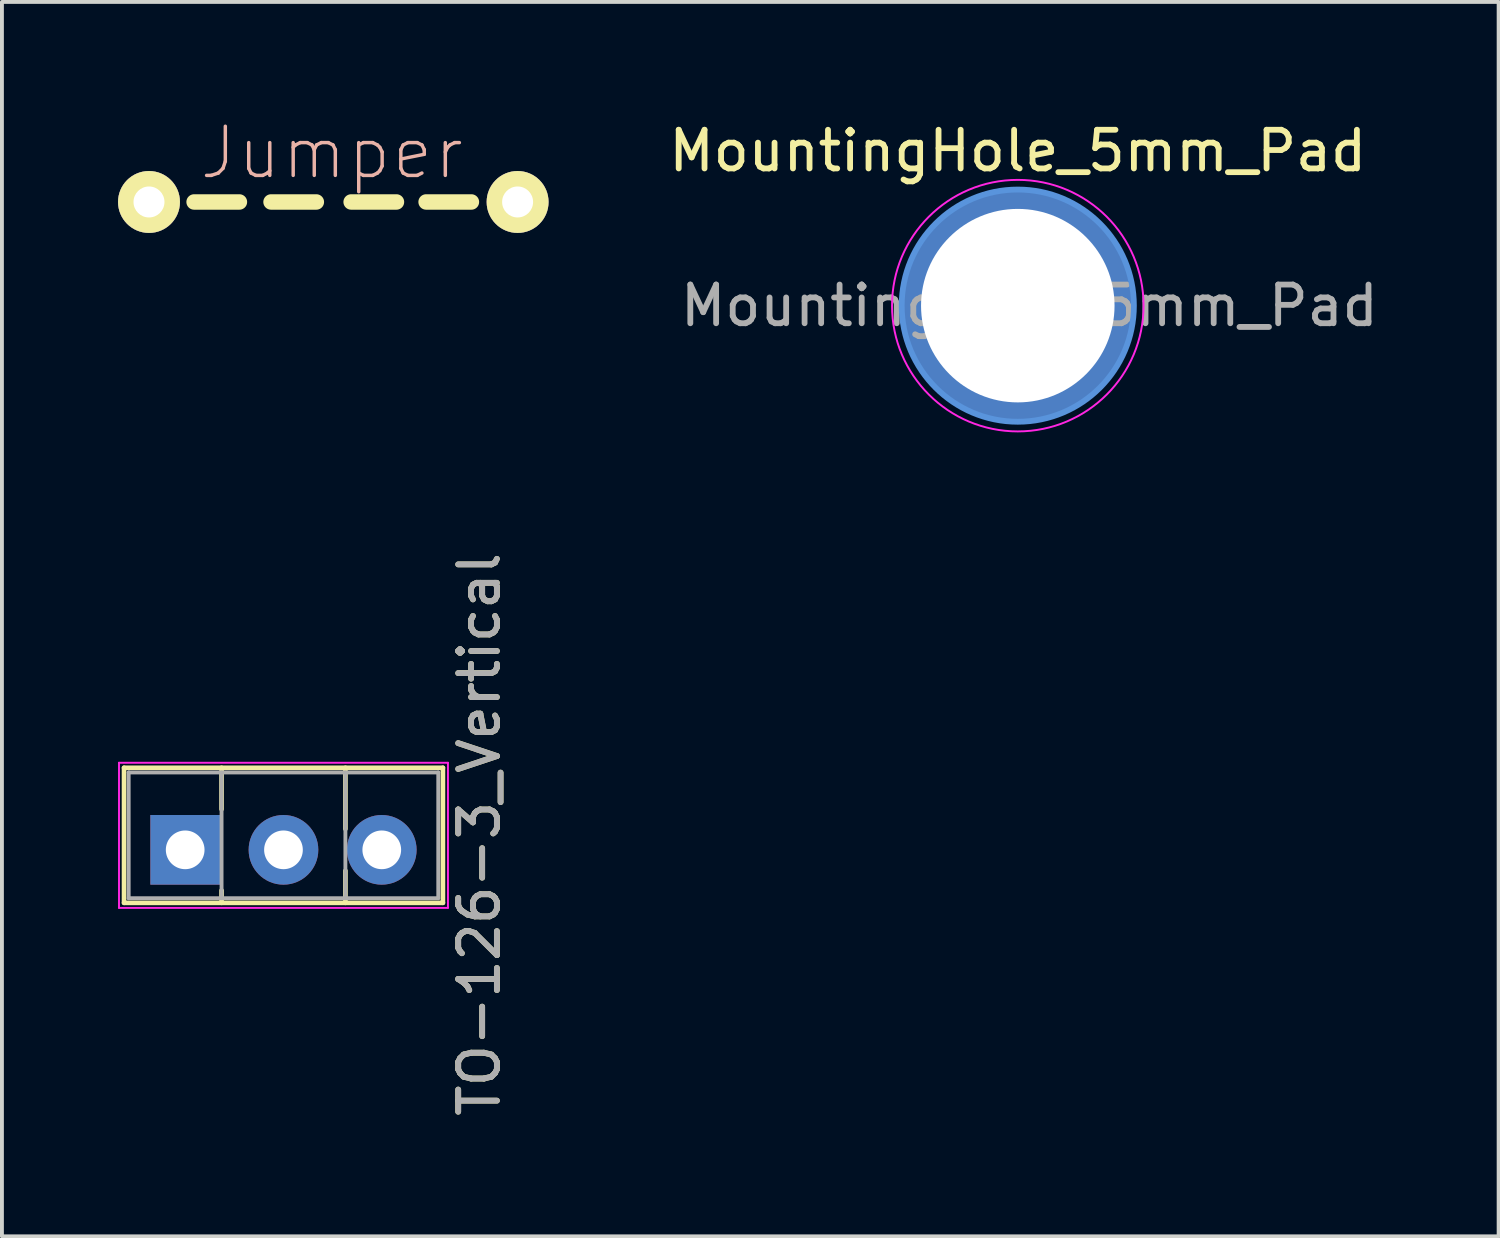
<source format=kicad_pcb>
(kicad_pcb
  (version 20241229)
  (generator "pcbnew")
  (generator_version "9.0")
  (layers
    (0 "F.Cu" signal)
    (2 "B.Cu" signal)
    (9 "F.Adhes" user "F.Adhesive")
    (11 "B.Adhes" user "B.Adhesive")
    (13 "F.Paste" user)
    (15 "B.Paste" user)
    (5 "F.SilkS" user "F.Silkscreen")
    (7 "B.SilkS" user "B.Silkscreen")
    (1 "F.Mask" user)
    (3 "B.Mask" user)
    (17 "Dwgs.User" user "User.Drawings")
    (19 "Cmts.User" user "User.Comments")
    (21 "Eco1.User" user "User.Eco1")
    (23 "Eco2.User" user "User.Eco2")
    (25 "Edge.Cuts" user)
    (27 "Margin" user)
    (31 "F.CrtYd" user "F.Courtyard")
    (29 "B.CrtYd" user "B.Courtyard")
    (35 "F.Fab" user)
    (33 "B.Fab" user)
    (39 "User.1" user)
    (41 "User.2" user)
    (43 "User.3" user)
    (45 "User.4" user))
  (footprint "Jumper"
    (layer "F.Cu")
    (at 5.524 2.169)
    (property "Reference" "Jumper" (at 0 -1.27 0) (layer "B.SilkS") (effects (font (size 1.27 1.27) (thickness 0.089))))
    (attr exclude_from_pos_files exclude_from_bom)
    (fp_line (start -3.558 0) (end -2.388 0) (stroke (width 0.4) (type solid)) (layer "F.SilkS"))
    (fp_line (start -1.57 0) (end -0.4 0) (stroke (width 0.4) (type solid)) (layer "F.SilkS"))
    (fp_line (start 0.5 0) (end 1.67 0) (stroke (width 0.4) (type solid)) (layer "F.SilkS"))
    (fp_line (start 2.437 0) (end 3.607 0) (stroke (width 0.4) (type solid)) (layer "F.SilkS"))
    (pad "1" thru_hole circle (at -4.724 0) (size 1.6 1.6) (drill 0.8) (layers "*.Cu" "F.Mask" "F.SilkS" "F.Paste"))
    (pad "2" thru_hole circle (at 4.801 0) (size 1.6 1.6) (drill 0.8) (layers "*.Cu" "F.Mask" "F.SilkS" "F.Paste")))
  (footprint "TO-126-3_Vertical"
    (layer "F.Cu")
    (at 1.735 18.91)
    (property "Reference" "TO-126-3_Vertical" (at 7.6 -0.4 90) (layer "F.SilkS") (effects (font (size 1 1) (thickness 0.15))))
    (attr through_hole)
    (fp_line (start -1.58 -2.12) (end -1.58 1.37) (stroke (width 0.12) (type solid)) (layer "F.SilkS"))
    (fp_line (start -1.58 -2.12) (end 6.66 -2.12) (stroke (width 0.12) (type solid)) (layer "F.SilkS"))
    (fp_line (start -1.58 1.37) (end 6.66 1.37) (stroke (width 0.12) (type solid)) (layer "F.SilkS"))
    (fp_line (start 0.94 -2.12) (end 0.94 -1.05) (stroke (width 0.12) (type solid)) (layer "F.SilkS"))
    (fp_line (start 0.94 1.05) (end 0.94 1.37) (stroke (width 0.12) (type solid)) (layer "F.SilkS"))
    (fp_line (start 4.141 -2.12) (end 4.141 -0.54) (stroke (width 0.12) (type solid)) (layer "F.SilkS"))
    (fp_line (start 4.141 0.54) (end 4.141 1.37) (stroke (width 0.12) (type solid)) (layer "F.SilkS"))
    (fp_line (start 6.66 -2.12) (end 6.66 1.37) (stroke (width 0.12) (type solid)) (layer "F.SilkS"))
    (fp_line (start -1.71 -2.25) (end -1.71 1.5) (stroke (width 0.05) (type solid)) (layer "F.CrtYd"))
    (fp_line (start -1.71 1.5) (end 6.79 1.5) (stroke (width 0.05) (type solid)) (layer "F.CrtYd"))
    (fp_line (start 6.79 -2.25) (end -1.71 -2.25) (stroke (width 0.05) (type solid)) (layer "F.CrtYd"))
    (fp_line (start 6.79 1.5) (end 6.79 -2.25) (stroke (width 0.05) (type solid)) (layer "F.CrtYd"))
    (fp_line (start -1.46 -2) (end -1.46 1.25) (stroke (width 0.1) (type solid)) (layer "F.Fab"))
    (fp_line (start -1.46 1.25) (end 6.54 1.25) (stroke (width 0.1) (type solid)) (layer "F.Fab"))
    (fp_line (start 0.94 -2) (end 0.94 1.25) (stroke (width 0.1) (type solid)) (layer "F.Fab"))
    (fp_line (start 4.14 -2) (end 4.14 1.25) (stroke (width 0.1) (type solid)) (layer "F.Fab"))
    (fp_line (start 6.54 -2) (end -1.46 -2) (stroke (width 0.1) (type solid)) (layer "F.Fab"))
    (fp_line (start 6.54 1.25) (end 6.54 -2) (stroke (width 0.1) (type solid)) (layer "F.Fab"))
    (fp_text user "${REFERENCE}" (at 7.6 -0.4 90) (layer "F.Fab") (effects (font (size 1 1) (thickness 0.15))))
    (pad "1" thru_hole rect (at 0 0) (size 1.8 1.8) (drill 1) (layers "*.Cu" "*.Mask"))
    (pad "2" thru_hole oval (at 2.54 0) (size 1.8 1.8) (drill 1) (layers "*.Cu" "*.Mask"))
    (pad "3" thru_hole oval (at 5.08 0) (size 1.8 1.8) (drill 1) (layers "*.Cu" "*.Mask")))
  (footprint "MountingHole_5mm_Pad"
    (layer "F.Cu")
    (at 23.25 4.848)
    (property "Reference" "MountingHole_5mm_Pad" (at 0 -4 0) (layer "F.SilkS") (effects (font (size 1 1) (thickness 0.15))))
    (attr exclude_from_pos_files exclude_from_bom)
    (fp_circle (center 0 0) (end 3 0) (stroke (width 0.15) (type solid)) (fill no) (layer "Cmts.User"))
    (fp_circle (center 0 0) (end 3.25 0) (stroke (width 0.05) (type solid)) (fill no) (layer "F.CrtYd"))
    (fp_text user "${REFERENCE}" (at 0.3 0 0) (layer "F.Fab") (effects (font (size 1 1) (thickness 0.15))))
    (pad "1" thru_hole circle (at 0 0) (size 6 6) (drill 5) (layers "*.Cu" "*.Mask")))
  (gr_rect
    (start -3 -3)
    (end 35.675 28.897)
    (stroke (width 0.1) (type default))
    (fill no)
    (layer "Edge.Cuts")))
</source>
